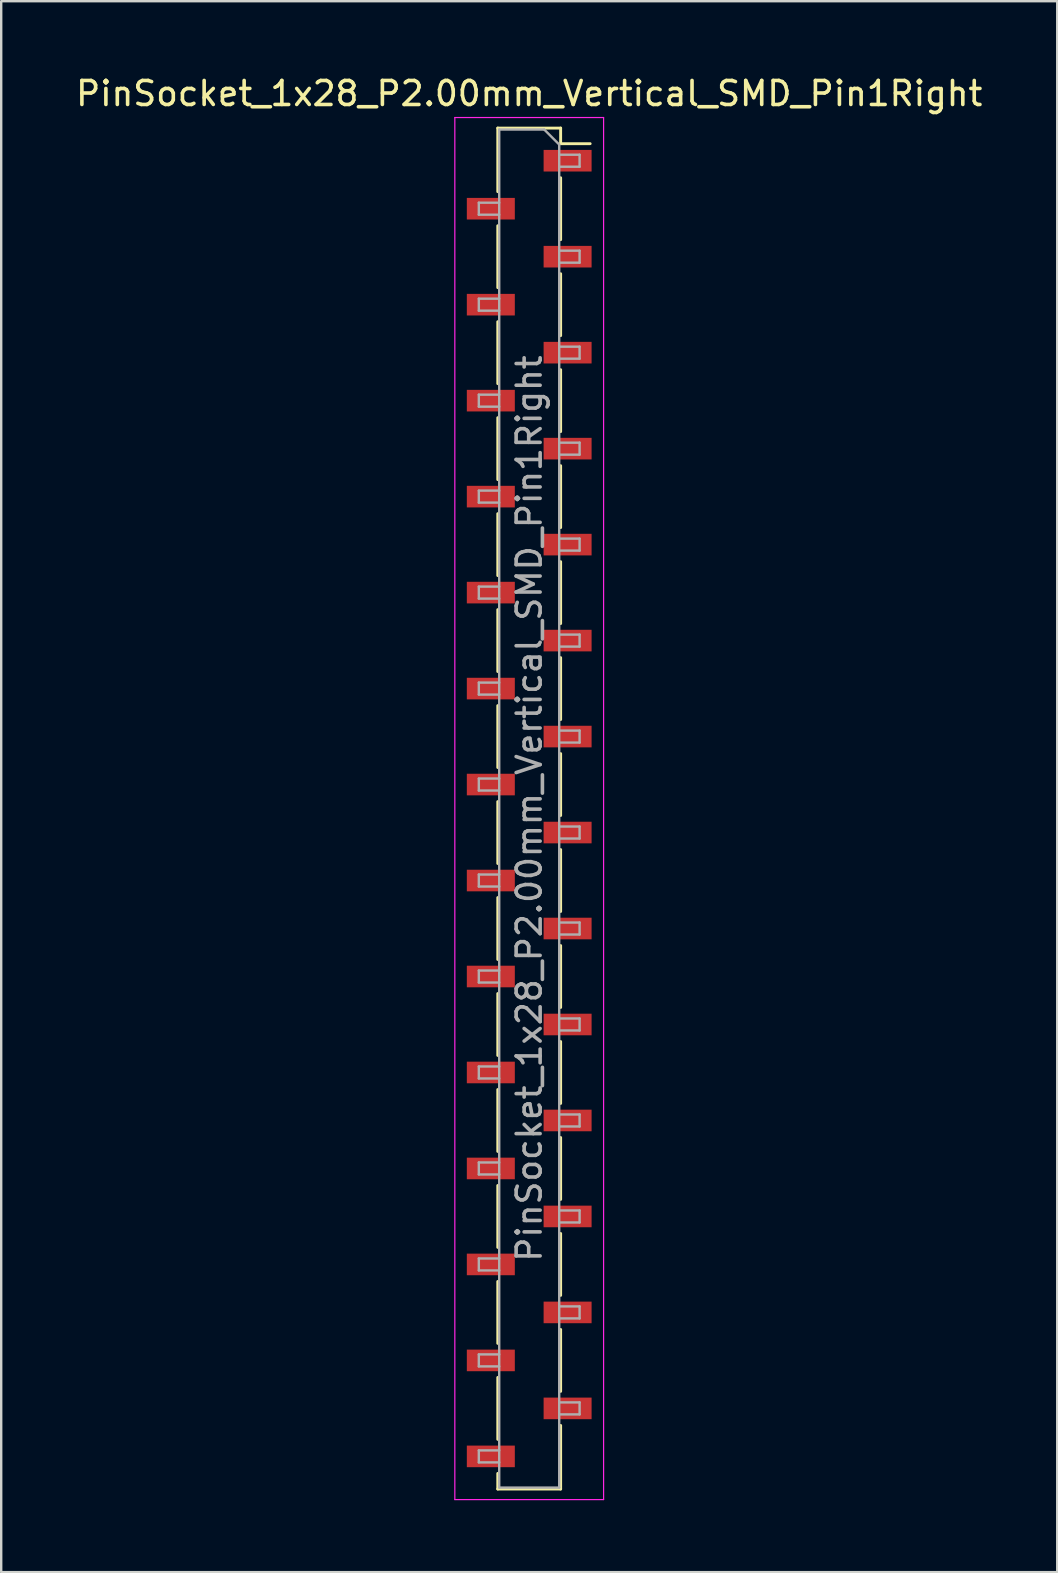
<source format=kicad_pcb>
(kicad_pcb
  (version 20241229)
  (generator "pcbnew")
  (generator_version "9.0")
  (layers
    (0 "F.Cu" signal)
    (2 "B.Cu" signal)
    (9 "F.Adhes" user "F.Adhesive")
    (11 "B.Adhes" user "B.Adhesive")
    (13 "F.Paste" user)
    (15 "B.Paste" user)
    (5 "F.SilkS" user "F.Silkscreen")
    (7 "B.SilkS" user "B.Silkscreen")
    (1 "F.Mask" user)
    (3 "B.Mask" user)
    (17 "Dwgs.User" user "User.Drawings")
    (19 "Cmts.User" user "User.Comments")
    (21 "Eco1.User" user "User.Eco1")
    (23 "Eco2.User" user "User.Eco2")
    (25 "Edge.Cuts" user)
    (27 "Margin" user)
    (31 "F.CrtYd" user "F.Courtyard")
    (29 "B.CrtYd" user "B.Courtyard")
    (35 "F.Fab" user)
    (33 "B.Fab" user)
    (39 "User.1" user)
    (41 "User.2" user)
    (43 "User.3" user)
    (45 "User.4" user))
  (footprint "PinSocket_1x28_P2.00mm_Vertical_SMD_Pin1Right"
    (layer "F.Cu")
    (at 19.006 30.648)
    (property "Reference" "PinSocket_1x28_P2.00mm_Vertical_SMD_Pin1Right" (at 0 -29.8 0) (layer "F.SilkS") (effects (font (size 1 1) (thickness 0.15))))
    (attr smd)
    (fp_line (start -1.31 -28.36) (end -1.31 -25.71) (stroke (width 0.12) (type solid)) (layer "F.SilkS"))
    (fp_line (start -1.31 -28.36) (end 1.31 -28.36) (stroke (width 0.12) (type solid)) (layer "F.SilkS"))
    (fp_line (start -1.31 -24.29) (end -1.31 -21.71) (stroke (width 0.12) (type solid)) (layer "F.SilkS"))
    (fp_line (start -1.31 -20.29) (end -1.31 -17.71) (stroke (width 0.12) (type solid)) (layer "F.SilkS"))
    (fp_line (start -1.31 -16.29) (end -1.31 -13.71) (stroke (width 0.12) (type solid)) (layer "F.SilkS"))
    (fp_line (start -1.31 -12.29) (end -1.31 -9.71) (stroke (width 0.12) (type solid)) (layer "F.SilkS"))
    (fp_line (start -1.31 -8.29) (end -1.31 -5.71) (stroke (width 0.12) (type solid)) (layer "F.SilkS"))
    (fp_line (start -1.31 -4.29) (end -1.31 -1.71) (stroke (width 0.12) (type solid)) (layer "F.SilkS"))
    (fp_line (start -1.31 -0.29) (end -1.31 2.29) (stroke (width 0.12) (type solid)) (layer "F.SilkS"))
    (fp_line (start -1.31 3.71) (end -1.31 6.29) (stroke (width 0.12) (type solid)) (layer "F.SilkS"))
    (fp_line (start -1.31 7.71) (end -1.31 10.29) (stroke (width 0.12) (type solid)) (layer "F.SilkS"))
    (fp_line (start -1.31 11.71) (end -1.31 14.29) (stroke (width 0.12) (type solid)) (layer "F.SilkS"))
    (fp_line (start -1.31 15.71) (end -1.31 18.29) (stroke (width 0.12) (type solid)) (layer "F.SilkS"))
    (fp_line (start -1.31 19.71) (end -1.31 22.29) (stroke (width 0.12) (type solid)) (layer "F.SilkS"))
    (fp_line (start -1.31 23.71) (end -1.31 26.29) (stroke (width 0.12) (type solid)) (layer "F.SilkS"))
    (fp_line (start -1.31 27.71) (end -1.31 28.36) (stroke (width 0.12) (type solid)) (layer "F.SilkS"))
    (fp_line (start -1.31 28.36) (end 1.31 28.36) (stroke (width 0.12) (type solid)) (layer "F.SilkS"))
    (fp_line (start 1.31 -28.36) (end 1.31 -27.71) (stroke (width 0.12) (type solid)) (layer "F.SilkS"))
    (fp_line (start 1.31 -27.71) (end 2.54 -27.71) (stroke (width 0.12) (type solid)) (layer "F.SilkS"))
    (fp_line (start 1.31 -26.29) (end 1.31 -23.71) (stroke (width 0.12) (type solid)) (layer "F.SilkS"))
    (fp_line (start 1.31 -22.29) (end 1.31 -19.71) (stroke (width 0.12) (type solid)) (layer "F.SilkS"))
    (fp_line (start 1.31 -18.29) (end 1.31 -15.71) (stroke (width 0.12) (type solid)) (layer "F.SilkS"))
    (fp_line (start 1.31 -14.29) (end 1.31 -11.71) (stroke (width 0.12) (type solid)) (layer "F.SilkS"))
    (fp_line (start 1.31 -10.29) (end 1.31 -7.71) (stroke (width 0.12) (type solid)) (layer "F.SilkS"))
    (fp_line (start 1.31 -6.29) (end 1.31 -3.71) (stroke (width 0.12) (type solid)) (layer "F.SilkS"))
    (fp_line (start 1.31 -2.29) (end 1.31 0.29) (stroke (width 0.12) (type solid)) (layer "F.SilkS"))
    (fp_line (start 1.31 1.71) (end 1.31 4.29) (stroke (width 0.12) (type solid)) (layer "F.SilkS"))
    (fp_line (start 1.31 5.71) (end 1.31 8.29) (stroke (width 0.12) (type solid)) (layer "F.SilkS"))
    (fp_line (start 1.31 9.71) (end 1.31 12.29) (stroke (width 0.12) (type solid)) (layer "F.SilkS"))
    (fp_line (start 1.31 13.71) (end 1.31 16.29) (stroke (width 0.12) (type solid)) (layer "F.SilkS"))
    (fp_line (start 1.31 17.71) (end 1.31 20.29) (stroke (width 0.12) (type solid)) (layer "F.SilkS"))
    (fp_line (start 1.31 21.71) (end 1.31 24.29) (stroke (width 0.12) (type solid)) (layer "F.SilkS"))
    (fp_line (start 1.31 25.71) (end 1.31 28.36) (stroke (width 0.12) (type solid)) (layer "F.SilkS"))
    (fp_line (start -3.1 -28.8) (end 3.1 -28.8) (stroke (width 0.05) (type solid)) (layer "F.CrtYd"))
    (fp_line (start -3.1 28.8) (end -3.1 -28.8) (stroke (width 0.05) (type solid)) (layer "F.CrtYd"))
    (fp_line (start 3.1 -28.8) (end 3.1 28.8) (stroke (width 0.05) (type solid)) (layer "F.CrtYd"))
    (fp_line (start 3.1 28.8) (end -3.1 28.8) (stroke (width 0.05) (type solid)) (layer "F.CrtYd"))
    (fp_line (start -2.1 -25.25) (end -1.25 -25.25) (stroke (width 0.1) (type solid)) (layer "F.Fab"))
    (fp_line (start -2.1 -24.75) (end -2.1 -25.25) (stroke (width 0.1) (type solid)) (layer "F.Fab"))
    (fp_line (start -2.1 -21.25) (end -1.25 -21.25) (stroke (width 0.1) (type solid)) (layer "F.Fab"))
    (fp_line (start -2.1 -20.75) (end -2.1 -21.25) (stroke (width 0.1) (type solid)) (layer "F.Fab"))
    (fp_line (start -2.1 -17.25) (end -1.25 -17.25) (stroke (width 0.1) (type solid)) (layer "F.Fab"))
    (fp_line (start -2.1 -16.75) (end -2.1 -17.25) (stroke (width 0.1) (type solid)) (layer "F.Fab"))
    (fp_line (start -2.1 -13.25) (end -1.25 -13.25) (stroke (width 0.1) (type solid)) (layer "F.Fab"))
    (fp_line (start -2.1 -12.75) (end -2.1 -13.25) (stroke (width 0.1) (type solid)) (layer "F.Fab"))
    (fp_line (start -2.1 -9.25) (end -1.25 -9.25) (stroke (width 0.1) (type solid)) (layer "F.Fab"))
    (fp_line (start -2.1 -8.75) (end -2.1 -9.25) (stroke (width 0.1) (type solid)) (layer "F.Fab"))
    (fp_line (start -2.1 -5.25) (end -1.25 -5.25) (stroke (width 0.1) (type solid)) (layer "F.Fab"))
    (fp_line (start -2.1 -4.75) (end -2.1 -5.25) (stroke (width 0.1) (type solid)) (layer "F.Fab"))
    (fp_line (start -2.1 -1.25) (end -1.25 -1.25) (stroke (width 0.1) (type solid)) (layer "F.Fab"))
    (fp_line (start -2.1 -0.75) (end -2.1 -1.25) (stroke (width 0.1) (type solid)) (layer "F.Fab"))
    (fp_line (start -2.1 2.75) (end -1.25 2.75) (stroke (width 0.1) (type solid)) (layer "F.Fab"))
    (fp_line (start -2.1 3.25) (end -2.1 2.75) (stroke (width 0.1) (type solid)) (layer "F.Fab"))
    (fp_line (start -2.1 6.75) (end -1.25 6.75) (stroke (width 0.1) (type solid)) (layer "F.Fab"))
    (fp_line (start -2.1 7.25) (end -2.1 6.75) (stroke (width 0.1) (type solid)) (layer "F.Fab"))
    (fp_line (start -2.1 10.75) (end -1.25 10.75) (stroke (width 0.1) (type solid)) (layer "F.Fab"))
    (fp_line (start -2.1 11.25) (end -2.1 10.75) (stroke (width 0.1) (type solid)) (layer "F.Fab"))
    (fp_line (start -2.1 14.75) (end -1.25 14.75) (stroke (width 0.1) (type solid)) (layer "F.Fab"))
    (fp_line (start -2.1 15.25) (end -2.1 14.75) (stroke (width 0.1) (type solid)) (layer "F.Fab"))
    (fp_line (start -2.1 18.75) (end -1.25 18.75) (stroke (width 0.1) (type solid)) (layer "F.Fab"))
    (fp_line (start -2.1 19.25) (end -2.1 18.75) (stroke (width 0.1) (type solid)) (layer "F.Fab"))
    (fp_line (start -2.1 22.75) (end -1.25 22.75) (stroke (width 0.1) (type solid)) (layer "F.Fab"))
    (fp_line (start -2.1 23.25) (end -2.1 22.75) (stroke (width 0.1) (type solid)) (layer "F.Fab"))
    (fp_line (start -2.1 26.75) (end -1.25 26.75) (stroke (width 0.1) (type solid)) (layer "F.Fab"))
    (fp_line (start -2.1 27.25) (end -2.1 26.75) (stroke (width 0.1) (type solid)) (layer "F.Fab"))
    (fp_line (start -1.25 -28.3) (end 0.625 -28.3) (stroke (width 0.1) (type solid)) (layer "F.Fab"))
    (fp_line (start -1.25 -24.75) (end -2.1 -24.75) (stroke (width 0.1) (type solid)) (layer "F.Fab"))
    (fp_line (start -1.25 -20.75) (end -2.1 -20.75) (stroke (width 0.1) (type solid)) (layer "F.Fab"))
    (fp_line (start -1.25 -16.75) (end -2.1 -16.75) (stroke (width 0.1) (type solid)) (layer "F.Fab"))
    (fp_line (start -1.25 -12.75) (end -2.1 -12.75) (stroke (width 0.1) (type solid)) (layer "F.Fab"))
    (fp_line (start -1.25 -8.75) (end -2.1 -8.75) (stroke (width 0.1) (type solid)) (layer "F.Fab"))
    (fp_line (start -1.25 -4.75) (end -2.1 -4.75) (stroke (width 0.1) (type solid)) (layer "F.Fab"))
    (fp_line (start -1.25 -0.75) (end -2.1 -0.75) (stroke (width 0.1) (type solid)) (layer "F.Fab"))
    (fp_line (start -1.25 3.25) (end -2.1 3.25) (stroke (width 0.1) (type solid)) (layer "F.Fab"))
    (fp_line (start -1.25 7.25) (end -2.1 7.25) (stroke (width 0.1) (type solid)) (layer "F.Fab"))
    (fp_line (start -1.25 11.25) (end -2.1 11.25) (stroke (width 0.1) (type solid)) (layer "F.Fab"))
    (fp_line (start -1.25 15.25) (end -2.1 15.25) (stroke (width 0.1) (type solid)) (layer "F.Fab"))
    (fp_line (start -1.25 19.25) (end -2.1 19.25) (stroke (width 0.1) (type solid)) (layer "F.Fab"))
    (fp_line (start -1.25 23.25) (end -2.1 23.25) (stroke (width 0.1) (type solid)) (layer "F.Fab"))
    (fp_line (start -1.25 27.25) (end -2.1 27.25) (stroke (width 0.1) (type solid)) (layer "F.Fab"))
    (fp_line (start -1.25 28.3) (end -1.25 -28.3) (stroke (width 0.1) (type solid)) (layer "F.Fab"))
    (fp_line (start 0.625 -28.3) (end 1.25 -27.675) (stroke (width 0.1) (type solid)) (layer "F.Fab"))
    (fp_line (start 1.25 -27.675) (end 1.25 28.3) (stroke (width 0.1) (type solid)) (layer "F.Fab"))
    (fp_line (start 1.25 -27.25) (end 2.1 -27.25) (stroke (width 0.1) (type solid)) (layer "F.Fab"))
    (fp_line (start 1.25 -23.25) (end 2.1 -23.25) (stroke (width 0.1) (type solid)) (layer "F.Fab"))
    (fp_line (start 1.25 -19.25) (end 2.1 -19.25) (stroke (width 0.1) (type solid)) (layer "F.Fab"))
    (fp_line (start 1.25 -15.25) (end 2.1 -15.25) (stroke (width 0.1) (type solid)) (layer "F.Fab"))
    (fp_line (start 1.25 -11.25) (end 2.1 -11.25) (stroke (width 0.1) (type solid)) (layer "F.Fab"))
    (fp_line (start 1.25 -7.25) (end 2.1 -7.25) (stroke (width 0.1) (type solid)) (layer "F.Fab"))
    (fp_line (start 1.25 -3.25) (end 2.1 -3.25) (stroke (width 0.1) (type solid)) (layer "F.Fab"))
    (fp_line (start 1.25 0.75) (end 2.1 0.75) (stroke (width 0.1) (type solid)) (layer "F.Fab"))
    (fp_line (start 1.25 4.75) (end 2.1 4.75) (stroke (width 0.1) (type solid)) (layer "F.Fab"))
    (fp_line (start 1.25 8.75) (end 2.1 8.75) (stroke (width 0.1) (type solid)) (layer "F.Fab"))
    (fp_line (start 1.25 12.75) (end 2.1 12.75) (stroke (width 0.1) (type solid)) (layer "F.Fab"))
    (fp_line (start 1.25 16.75) (end 2.1 16.75) (stroke (width 0.1) (type solid)) (layer "F.Fab"))
    (fp_line (start 1.25 20.75) (end 2.1 20.75) (stroke (width 0.1) (type solid)) (layer "F.Fab"))
    (fp_line (start 1.25 24.75) (end 2.1 24.75) (stroke (width 0.1) (type solid)) (layer "F.Fab"))
    (fp_line (start 1.25 28.3) (end -1.25 28.3) (stroke (width 0.1) (type solid)) (layer "F.Fab"))
    (fp_line (start 2.1 -27.25) (end 2.1 -26.75) (stroke (width 0.1) (type solid)) (layer "F.Fab"))
    (fp_line (start 2.1 -26.75) (end 1.25 -26.75) (stroke (width 0.1) (type solid)) (layer "F.Fab"))
    (fp_line (start 2.1 -23.25) (end 2.1 -22.75) (stroke (width 0.1) (type solid)) (layer "F.Fab"))
    (fp_line (start 2.1 -22.75) (end 1.25 -22.75) (stroke (width 0.1) (type solid)) (layer "F.Fab"))
    (fp_line (start 2.1 -19.25) (end 2.1 -18.75) (stroke (width 0.1) (type solid)) (layer "F.Fab"))
    (fp_line (start 2.1 -18.75) (end 1.25 -18.75) (stroke (width 0.1) (type solid)) (layer "F.Fab"))
    (fp_line (start 2.1 -15.25) (end 2.1 -14.75) (stroke (width 0.1) (type solid)) (layer "F.Fab"))
    (fp_line (start 2.1 -14.75) (end 1.25 -14.75) (stroke (width 0.1) (type solid)) (layer "F.Fab"))
    (fp_line (start 2.1 -11.25) (end 2.1 -10.75) (stroke (width 0.1) (type solid)) (layer "F.Fab"))
    (fp_line (start 2.1 -10.75) (end 1.25 -10.75) (stroke (width 0.1) (type solid)) (layer "F.Fab"))
    (fp_line (start 2.1 -7.25) (end 2.1 -6.75) (stroke (width 0.1) (type solid)) (layer "F.Fab"))
    (fp_line (start 2.1 -6.75) (end 1.25 -6.75) (stroke (width 0.1) (type solid)) (layer "F.Fab"))
    (fp_line (start 2.1 -3.25) (end 2.1 -2.75) (stroke (width 0.1) (type solid)) (layer "F.Fab"))
    (fp_line (start 2.1 -2.75) (end 1.25 -2.75) (stroke (width 0.1) (type solid)) (layer "F.Fab"))
    (fp_line (start 2.1 0.75) (end 2.1 1.25) (stroke (width 0.1) (type solid)) (layer "F.Fab"))
    (fp_line (start 2.1 1.25) (end 1.25 1.25) (stroke (width 0.1) (type solid)) (layer "F.Fab"))
    (fp_line (start 2.1 4.75) (end 2.1 5.25) (stroke (width 0.1) (type solid)) (layer "F.Fab"))
    (fp_line (start 2.1 5.25) (end 1.25 5.25) (stroke (width 0.1) (type solid)) (layer "F.Fab"))
    (fp_line (start 2.1 8.75) (end 2.1 9.25) (stroke (width 0.1) (type solid)) (layer "F.Fab"))
    (fp_line (start 2.1 9.25) (end 1.25 9.25) (stroke (width 0.1) (type solid)) (layer "F.Fab"))
    (fp_line (start 2.1 12.75) (end 2.1 13.25) (stroke (width 0.1) (type solid)) (layer "F.Fab"))
    (fp_line (start 2.1 13.25) (end 1.25 13.25) (stroke (width 0.1) (type solid)) (layer "F.Fab"))
    (fp_line (start 2.1 16.75) (end 2.1 17.25) (stroke (width 0.1) (type solid)) (layer "F.Fab"))
    (fp_line (start 2.1 17.25) (end 1.25 17.25) (stroke (width 0.1) (type solid)) (layer "F.Fab"))
    (fp_line (start 2.1 20.75) (end 2.1 21.25) (stroke (width 0.1) (type solid)) (layer "F.Fab"))
    (fp_line (start 2.1 21.25) (end 1.25 21.25) (stroke (width 0.1) (type solid)) (layer "F.Fab"))
    (fp_line (start 2.1 24.75) (end 2.1 25.25) (stroke (width 0.1) (type solid)) (layer "F.Fab"))
    (fp_line (start 2.1 25.25) (end 1.25 25.25) (stroke (width 0.1) (type solid)) (layer "F.Fab"))
    (fp_text user "${REFERENCE}" (at 0 0 90) (layer "F.Fab") (effects (font (size 1 1) (thickness 0.15))))
    (pad "1" smd rect (at 1.6 -27) (size 2 0.9) (layers "F.Cu" "F.Mask" "F.Paste"))
    (pad "2" smd rect (at -1.6 -25) (size 2 0.9) (layers "F.Cu" "F.Mask" "F.Paste"))
    (pad "3" smd rect (at 1.6 -23) (size 2 0.9) (layers "F.Cu" "F.Mask" "F.Paste"))
    (pad "4" smd rect (at -1.6 -21) (size 2 0.9) (layers "F.Cu" "F.Mask" "F.Paste"))
    (pad "5" smd rect (at 1.6 -19) (size 2 0.9) (layers "F.Cu" "F.Mask" "F.Paste"))
    (pad "6" smd rect (at -1.6 -17) (size 2 0.9) (layers "F.Cu" "F.Mask" "F.Paste"))
    (pad "7" smd rect (at 1.6 -15) (size 2 0.9) (layers "F.Cu" "F.Mask" "F.Paste"))
    (pad "8" smd rect (at -1.6 -13) (size 2 0.9) (layers "F.Cu" "F.Mask" "F.Paste"))
    (pad "9" smd rect (at 1.6 -11) (size 2 0.9) (layers "F.Cu" "F.Mask" "F.Paste"))
    (pad "10" smd rect (at -1.6 -9) (size 2 0.9) (layers "F.Cu" "F.Mask" "F.Paste"))
    (pad "11" smd rect (at 1.6 -7) (size 2 0.9) (layers "F.Cu" "F.Mask" "F.Paste"))
    (pad "12" smd rect (at -1.6 -5) (size 2 0.9) (layers "F.Cu" "F.Mask" "F.Paste"))
    (pad "13" smd rect (at 1.6 -3) (size 2 0.9) (layers "F.Cu" "F.Mask" "F.Paste"))
    (pad "14" smd rect (at -1.6 -1) (size 2 0.9) (layers "F.Cu" "F.Mask" "F.Paste"))
    (pad "15" smd rect (at 1.6 1) (size 2 0.9) (layers "F.Cu" "F.Mask" "F.Paste"))
    (pad "16" smd rect (at -1.6 3) (size 2 0.9) (layers "F.Cu" "F.Mask" "F.Paste"))
    (pad "17" smd rect (at 1.6 5) (size 2 0.9) (layers "F.Cu" "F.Mask" "F.Paste"))
    (pad "18" smd rect (at -1.6 7) (size 2 0.9) (layers "F.Cu" "F.Mask" "F.Paste"))
    (pad "19" smd rect (at 1.6 9) (size 2 0.9) (layers "F.Cu" "F.Mask" "F.Paste"))
    (pad "20" smd rect (at -1.6 11) (size 2 0.9) (layers "F.Cu" "F.Mask" "F.Paste"))
    (pad "21" smd rect (at 1.6 13) (size 2 0.9) (layers "F.Cu" "F.Mask" "F.Paste"))
    (pad "22" smd rect (at -1.6 15) (size 2 0.9) (layers "F.Cu" "F.Mask" "F.Paste"))
    (pad "23" smd rect (at 1.6 17) (size 2 0.9) (layers "F.Cu" "F.Mask" "F.Paste"))
    (pad "24" smd rect (at -1.6 19) (size 2 0.9) (layers "F.Cu" "F.Mask" "F.Paste"))
    (pad "25" smd rect (at 1.6 21) (size 2 0.9) (layers "F.Cu" "F.Mask" "F.Paste"))
    (pad "26" smd rect (at -1.6 23) (size 2 0.9) (layers "F.Cu" "F.Mask" "F.Paste"))
    (pad "27" smd rect (at 1.6 25) (size 2 0.9) (layers "F.Cu" "F.Mask" "F.Paste"))
    (pad "28" smd rect (at -1.6 27) (size 2 0.9) (layers "F.Cu" "F.Mask" "F.Paste")))
  (gr_rect
    (start -3 -3)
    (end 41.012 62.473)
    (stroke (width 0.1) (type default))
    (fill no)
    (layer "Edge.Cuts")))
</source>
